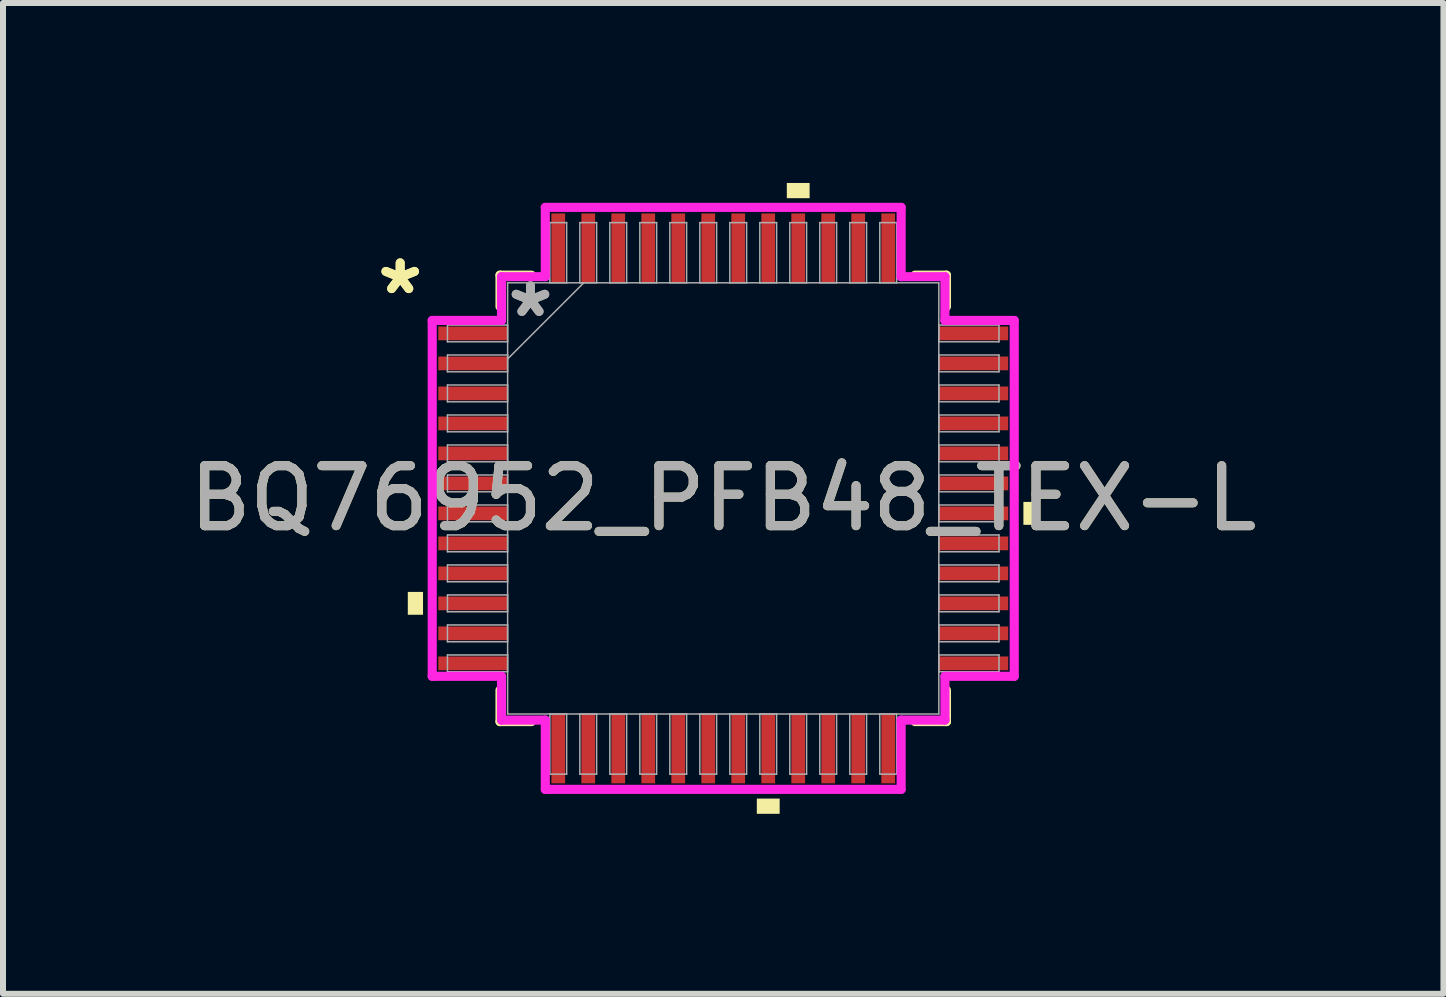
<source format=kicad_pcb>
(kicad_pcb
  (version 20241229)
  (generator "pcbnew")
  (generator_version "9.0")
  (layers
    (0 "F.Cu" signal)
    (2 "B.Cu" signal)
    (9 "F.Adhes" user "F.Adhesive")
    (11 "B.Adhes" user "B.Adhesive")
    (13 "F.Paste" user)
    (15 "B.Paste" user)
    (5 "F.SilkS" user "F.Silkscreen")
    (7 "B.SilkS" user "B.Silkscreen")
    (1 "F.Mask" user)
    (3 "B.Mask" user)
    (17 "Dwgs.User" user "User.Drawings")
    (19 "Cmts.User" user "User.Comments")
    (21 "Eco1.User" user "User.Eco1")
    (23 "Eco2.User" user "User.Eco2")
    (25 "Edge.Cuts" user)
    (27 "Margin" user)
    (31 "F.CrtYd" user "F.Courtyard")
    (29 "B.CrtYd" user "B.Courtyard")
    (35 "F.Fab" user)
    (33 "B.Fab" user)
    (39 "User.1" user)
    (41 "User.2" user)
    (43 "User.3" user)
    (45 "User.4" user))
  (footprint "BQ76952_PFB48_TEX-L"
    (layer "F.Cu")
    (at 9.006 5.258)
    (property "Reference" "BQ76952_PFB48_TEX-L" (at 0 0 0) (unlocked yes) (layer "F.SilkS") (effects (font (size 1 1) (thickness 0.15))))
    (attr smd)
    (fp_line (start -3.721 -3.721) (end -3.721 -3.197) (stroke (width 0.152) (type solid)) (layer "F.SilkS"))
    (fp_line (start -3.721 3.197) (end -3.721 3.721) (stroke (width 0.152) (type solid)) (layer "F.SilkS"))
    (fp_line (start -3.721 3.721) (end -3.197 3.721) (stroke (width 0.152) (type solid)) (layer "F.SilkS"))
    (fp_line (start -3.197 -3.721) (end -3.721 -3.721) (stroke (width 0.152) (type solid)) (layer "F.SilkS"))
    (fp_line (start 3.197 3.721) (end 3.721 3.721) (stroke (width 0.152) (type solid)) (layer "F.SilkS"))
    (fp_line (start 3.721 -3.721) (end 3.197 -3.721) (stroke (width 0.152) (type solid)) (layer "F.SilkS"))
    (fp_line (start 3.721 -3.197) (end 3.721 -3.721) (stroke (width 0.152) (type solid)) (layer "F.SilkS"))
    (fp_line (start 3.721 3.721) (end 3.721 3.197) (stroke (width 0.152) (type solid)) (layer "F.SilkS"))
    (fp_poly (pts (xy -5.258 1.559) (xy -5.258 1.94) (xy -5.004 1.94) (xy -5.004 1.559)) (stroke (width 0) (type solid)) (fill yes) (layer "F.SilkS"))
    (fp_poly (pts (xy 0.56 5.004) (xy 0.56 5.258) (xy 0.941 5.258) (xy 0.941 5.004)) (stroke (width 0) (type solid)) (fill yes) (layer "F.SilkS"))
    (fp_poly (pts (xy 1.06 -5.004) (xy 1.06 -5.258) (xy 1.44 -5.258) (xy 1.44 -5.004)) (stroke (width 0) (type solid)) (fill yes) (layer "F.SilkS"))
    (fp_poly (pts (xy 5.258 0.059) (xy 5.258 0.441) (xy 5.004 0.441) (xy 5.004 0.059)) (stroke (width 0) (type solid)) (fill yes) (layer "F.SilkS"))
    (fp_line (start -4.851 -2.966) (end -3.696 -2.966) (stroke (width 0.152) (type solid)) (layer "F.CrtYd"))
    (fp_line (start -4.851 2.966) (end -4.851 -2.966) (stroke (width 0.152) (type solid)) (layer "F.CrtYd"))
    (fp_line (start -3.696 -3.696) (end -2.966 -3.696) (stroke (width 0.152) (type solid)) (layer "F.CrtYd"))
    (fp_line (start -3.696 -2.966) (end -3.696 -3.696) (stroke (width 0.152) (type solid)) (layer "F.CrtYd"))
    (fp_line (start -3.696 2.966) (end -4.851 2.966) (stroke (width 0.152) (type solid)) (layer "F.CrtYd"))
    (fp_line (start -3.696 3.696) (end -3.696 2.966) (stroke (width 0.152) (type solid)) (layer "F.CrtYd"))
    (fp_line (start -3.696 3.696) (end -2.966 3.696) (stroke (width 0.152) (type solid)) (layer "F.CrtYd"))
    (fp_line (start -2.966 -4.851) (end 2.966 -4.851) (stroke (width 0.152) (type solid)) (layer "F.CrtYd"))
    (fp_line (start -2.966 -3.696) (end -2.966 -4.851) (stroke (width 0.152) (type solid)) (layer "F.CrtYd"))
    (fp_line (start -2.966 3.696) (end -2.966 4.851) (stroke (width 0.152) (type solid)) (layer "F.CrtYd"))
    (fp_line (start -2.966 4.851) (end 2.966 4.851) (stroke (width 0.152) (type solid)) (layer "F.CrtYd"))
    (fp_line (start 2.966 -4.851) (end 2.966 -3.696) (stroke (width 0.152) (type solid)) (layer "F.CrtYd"))
    (fp_line (start 2.966 -3.696) (end 3.696 -3.696) (stroke (width 0.152) (type solid)) (layer "F.CrtYd"))
    (fp_line (start 2.966 3.696) (end 3.696 3.696) (stroke (width 0.152) (type solid)) (layer "F.CrtYd"))
    (fp_line (start 2.966 4.851) (end 2.966 3.696) (stroke (width 0.152) (type solid)) (layer "F.CrtYd"))
    (fp_line (start 3.696 -2.966) (end 3.696 -3.696) (stroke (width 0.152) (type solid)) (layer "F.CrtYd"))
    (fp_line (start 3.696 2.966) (end 4.851 2.966) (stroke (width 0.152) (type solid)) (layer "F.CrtYd"))
    (fp_line (start 3.696 3.696) (end 3.696 2.966) (stroke (width 0.152) (type solid)) (layer "F.CrtYd"))
    (fp_line (start 4.851 -2.966) (end 3.696 -2.966) (stroke (width 0.152) (type solid)) (layer "F.CrtYd"))
    (fp_line (start 4.851 2.966) (end 4.851 -2.966) (stroke (width 0.152) (type solid)) (layer "F.CrtYd"))
    (fp_line (start -4.597 -2.89) (end -4.597 -2.61) (stroke (width 0.025) (type solid)) (layer "F.Fab"))
    (fp_line (start -4.597 -2.61) (end -3.594 -2.61) (stroke (width 0.025) (type solid)) (layer "F.Fab"))
    (fp_line (start -4.597 -2.39) (end -4.597 -2.11) (stroke (width 0.025) (type solid)) (layer "F.Fab"))
    (fp_line (start -4.597 -2.11) (end -3.594 -2.11) (stroke (width 0.025) (type solid)) (layer "F.Fab"))
    (fp_line (start -4.597 -1.89) (end -4.597 -1.61) (stroke (width 0.025) (type solid)) (layer "F.Fab"))
    (fp_line (start -4.597 -1.61) (end -3.594 -1.61) (stroke (width 0.025) (type solid)) (layer "F.Fab"))
    (fp_line (start -4.597 -1.39) (end -4.597 -1.11) (stroke (width 0.025) (type solid)) (layer "F.Fab"))
    (fp_line (start -4.597 -1.11) (end -3.594 -1.11) (stroke (width 0.025) (type solid)) (layer "F.Fab"))
    (fp_line (start -4.597 -0.89) (end -4.597 -0.61) (stroke (width 0.025) (type solid)) (layer "F.Fab"))
    (fp_line (start -4.597 -0.61) (end -3.594 -0.61) (stroke (width 0.025) (type solid)) (layer "F.Fab"))
    (fp_line (start -4.597 -0.39) (end -4.597 -0.11) (stroke (width 0.025) (type solid)) (layer "F.Fab"))
    (fp_line (start -4.597 -0.11) (end -3.594 -0.11) (stroke (width 0.025) (type solid)) (layer "F.Fab"))
    (fp_line (start -4.597 0.11) (end -4.597 0.39) (stroke (width 0.025) (type solid)) (layer "F.Fab"))
    (fp_line (start -4.597 0.39) (end -3.594 0.39) (stroke (width 0.025) (type solid)) (layer "F.Fab"))
    (fp_line (start -4.597 0.61) (end -4.597 0.89) (stroke (width 0.025) (type solid)) (layer "F.Fab"))
    (fp_line (start -4.597 0.89) (end -3.594 0.89) (stroke (width 0.025) (type solid)) (layer "F.Fab"))
    (fp_line (start -4.597 1.11) (end -4.597 1.39) (stroke (width 0.025) (type solid)) (layer "F.Fab"))
    (fp_line (start -4.597 1.39) (end -3.594 1.39) (stroke (width 0.025) (type solid)) (layer "F.Fab"))
    (fp_line (start -4.597 1.61) (end -4.597 1.89) (stroke (width 0.025) (type solid)) (layer "F.Fab"))
    (fp_line (start -4.597 1.89) (end -3.594 1.89) (stroke (width 0.025) (type solid)) (layer "F.Fab"))
    (fp_line (start -4.597 2.11) (end -4.597 2.39) (stroke (width 0.025) (type solid)) (layer "F.Fab"))
    (fp_line (start -4.597 2.39) (end -3.594 2.39) (stroke (width 0.025) (type solid)) (layer "F.Fab"))
    (fp_line (start -4.597 2.61) (end -4.597 2.89) (stroke (width 0.025) (type solid)) (layer "F.Fab"))
    (fp_line (start -4.597 2.89) (end -3.594 2.89) (stroke (width 0.025) (type solid)) (layer "F.Fab"))
    (fp_line (start -3.594 -3.594) (end -3.594 3.594) (stroke (width 0.025) (type solid)) (layer "F.Fab"))
    (fp_line (start -3.594 -2.89) (end -4.597 -2.89) (stroke (width 0.025) (type solid)) (layer "F.Fab"))
    (fp_line (start -3.594 -2.61) (end -3.594 -2.89) (stroke (width 0.025) (type solid)) (layer "F.Fab"))
    (fp_line (start -3.594 -2.39) (end -4.597 -2.39) (stroke (width 0.025) (type solid)) (layer "F.Fab"))
    (fp_line (start -3.594 -2.324) (end -2.324 -3.594) (stroke (width 0.025) (type solid)) (layer "F.Fab"))
    (fp_line (start -3.594 -2.11) (end -3.594 -2.39) (stroke (width 0.025) (type solid)) (layer "F.Fab"))
    (fp_line (start -3.594 -1.89) (end -4.597 -1.89) (stroke (width 0.025) (type solid)) (layer "F.Fab"))
    (fp_line (start -3.594 -1.61) (end -3.594 -1.89) (stroke (width 0.025) (type solid)) (layer "F.Fab"))
    (fp_line (start -3.594 -1.39) (end -4.597 -1.39) (stroke (width 0.025) (type solid)) (layer "F.Fab"))
    (fp_line (start -3.594 -1.11) (end -3.594 -1.39) (stroke (width 0.025) (type solid)) (layer "F.Fab"))
    (fp_line (start -3.594 -0.89) (end -4.597 -0.89) (stroke (width 0.025) (type solid)) (layer "F.Fab"))
    (fp_line (start -3.594 -0.61) (end -3.594 -0.89) (stroke (width 0.025) (type solid)) (layer "F.Fab"))
    (fp_line (start -3.594 -0.39) (end -4.597 -0.39) (stroke (width 0.025) (type solid)) (layer "F.Fab"))
    (fp_line (start -3.594 -0.11) (end -3.594 -0.39) (stroke (width 0.025) (type solid)) (layer "F.Fab"))
    (fp_line (start -3.594 0.11) (end -4.597 0.11) (stroke (width 0.025) (type solid)) (layer "F.Fab"))
    (fp_line (start -3.594 0.39) (end -3.594 0.11) (stroke (width 0.025) (type solid)) (layer "F.Fab"))
    (fp_line (start -3.594 0.61) (end -4.597 0.61) (stroke (width 0.025) (type solid)) (layer "F.Fab"))
    (fp_line (start -3.594 0.89) (end -3.594 0.61) (stroke (width 0.025) (type solid)) (layer "F.Fab"))
    (fp_line (start -3.594 1.11) (end -4.597 1.11) (stroke (width 0.025) (type solid)) (layer "F.Fab"))
    (fp_line (start -3.594 1.39) (end -3.594 1.11) (stroke (width 0.025) (type solid)) (layer "F.Fab"))
    (fp_line (start -3.594 1.61) (end -4.597 1.61) (stroke (width 0.025) (type solid)) (layer "F.Fab"))
    (fp_line (start -3.594 1.89) (end -3.594 1.61) (stroke (width 0.025) (type solid)) (layer "F.Fab"))
    (fp_line (start -3.594 2.11) (end -4.597 2.11) (stroke (width 0.025) (type solid)) (layer "F.Fab"))
    (fp_line (start -3.594 2.39) (end -3.594 2.11) (stroke (width 0.025) (type solid)) (layer "F.Fab"))
    (fp_line (start -3.594 2.61) (end -4.597 2.61) (stroke (width 0.025) (type solid)) (layer "F.Fab"))
    (fp_line (start -3.594 2.89) (end -3.594 2.61) (stroke (width 0.025) (type solid)) (layer "F.Fab"))
    (fp_line (start -3.594 3.594) (end 3.594 3.594) (stroke (width 0.025) (type solid)) (layer "F.Fab"))
    (fp_line (start -2.89 -4.597) (end -2.89 -3.594) (stroke (width 0.025) (type solid)) (layer "F.Fab"))
    (fp_line (start -2.89 -3.594) (end -2.61 -3.594) (stroke (width 0.025) (type solid)) (layer "F.Fab"))
    (fp_line (start -2.89 3.594) (end -2.89 4.597) (stroke (width 0.025) (type solid)) (layer "F.Fab"))
    (fp_line (start -2.89 4.597) (end -2.61 4.597) (stroke (width 0.025) (type solid)) (layer "F.Fab"))
    (fp_line (start -2.61 -4.597) (end -2.89 -4.597) (stroke (width 0.025) (type solid)) (layer "F.Fab"))
    (fp_line (start -2.61 -3.594) (end -2.61 -4.597) (stroke (width 0.025) (type solid)) (layer "F.Fab"))
    (fp_line (start -2.61 3.594) (end -2.89 3.594) (stroke (width 0.025) (type solid)) (layer "F.Fab"))
    (fp_line (start -2.61 4.597) (end -2.61 3.594) (stroke (width 0.025) (type solid)) (layer "F.Fab"))
    (fp_line (start -2.39 -4.597) (end -2.39 -3.594) (stroke (width 0.025) (type solid)) (layer "F.Fab"))
    (fp_line (start -2.39 -3.594) (end -2.11 -3.594) (stroke (width 0.025) (type solid)) (layer "F.Fab"))
    (fp_line (start -2.39 3.594) (end -2.39 4.597) (stroke (width 0.025) (type solid)) (layer "F.Fab"))
    (fp_line (start -2.39 4.597) (end -2.11 4.597) (stroke (width 0.025) (type solid)) (layer "F.Fab"))
    (fp_line (start -2.11 -4.597) (end -2.39 -4.597) (stroke (width 0.025) (type solid)) (layer "F.Fab"))
    (fp_line (start -2.11 -3.594) (end -2.11 -4.597) (stroke (width 0.025) (type solid)) (layer "F.Fab"))
    (fp_line (start -2.11 3.594) (end -2.39 3.594) (stroke (width 0.025) (type solid)) (layer "F.Fab"))
    (fp_line (start -2.11 4.597) (end -2.11 3.594) (stroke (width 0.025) (type solid)) (layer "F.Fab"))
    (fp_line (start -1.89 -4.597) (end -1.89 -3.594) (stroke (width 0.025) (type solid)) (layer "F.Fab"))
    (fp_line (start -1.89 -3.594) (end -1.61 -3.594) (stroke (width 0.025) (type solid)) (layer "F.Fab"))
    (fp_line (start -1.89 3.594) (end -1.89 4.597) (stroke (width 0.025) (type solid)) (layer "F.Fab"))
    (fp_line (start -1.89 4.597) (end -1.61 4.597) (stroke (width 0.025) (type solid)) (layer "F.Fab"))
    (fp_line (start -1.61 -4.597) (end -1.89 -4.597) (stroke (width 0.025) (type solid)) (layer "F.Fab"))
    (fp_line (start -1.61 -3.594) (end -1.61 -4.597) (stroke (width 0.025) (type solid)) (layer "F.Fab"))
    (fp_line (start -1.61 3.594) (end -1.89 3.594) (stroke (width 0.025) (type solid)) (layer "F.Fab"))
    (fp_line (start -1.61 4.597) (end -1.61 3.594) (stroke (width 0.025) (type solid)) (layer "F.Fab"))
    (fp_line (start -1.39 -4.597) (end -1.39 -3.594) (stroke (width 0.025) (type solid)) (layer "F.Fab"))
    (fp_line (start -1.39 -3.594) (end -1.11 -3.594) (stroke (width 0.025) (type solid)) (layer "F.Fab"))
    (fp_line (start -1.39 3.594) (end -1.39 4.597) (stroke (width 0.025) (type solid)) (layer "F.Fab"))
    (fp_line (start -1.39 4.597) (end -1.11 4.597) (stroke (width 0.025) (type solid)) (layer "F.Fab"))
    (fp_line (start -1.11 -4.597) (end -1.39 -4.597) (stroke (width 0.025) (type solid)) (layer "F.Fab"))
    (fp_line (start -1.11 -3.594) (end -1.11 -4.597) (stroke (width 0.025) (type solid)) (layer "F.Fab"))
    (fp_line (start -1.11 3.594) (end -1.39 3.594) (stroke (width 0.025) (type solid)) (layer "F.Fab"))
    (fp_line (start -1.11 4.597) (end -1.11 3.594) (stroke (width 0.025) (type solid)) (layer "F.Fab"))
    (fp_line (start -0.89 -4.597) (end -0.89 -3.594) (stroke (width 0.025) (type solid)) (layer "F.Fab"))
    (fp_line (start -0.89 -3.594) (end -0.61 -3.594) (stroke (width 0.025) (type solid)) (layer "F.Fab"))
    (fp_line (start -0.89 3.594) (end -0.89 4.597) (stroke (width 0.025) (type solid)) (layer "F.Fab"))
    (fp_line (start -0.89 4.597) (end -0.61 4.597) (stroke (width 0.025) (type solid)) (layer "F.Fab"))
    (fp_line (start -0.61 -4.597) (end -0.89 -4.597) (stroke (width 0.025) (type solid)) (layer "F.Fab"))
    (fp_line (start -0.61 -3.594) (end -0.61 -4.597) (stroke (width 0.025) (type solid)) (layer "F.Fab"))
    (fp_line (start -0.61 3.594) (end -0.89 3.594) (stroke (width 0.025) (type solid)) (layer "F.Fab"))
    (fp_line (start -0.61 4.597) (end -0.61 3.594) (stroke (width 0.025) (type solid)) (layer "F.Fab"))
    (fp_line (start -0.39 -4.597) (end -0.39 -3.594) (stroke (width 0.025) (type solid)) (layer "F.Fab"))
    (fp_line (start -0.39 -3.594) (end -0.11 -3.594) (stroke (width 0.025) (type solid)) (layer "F.Fab"))
    (fp_line (start -0.39 3.594) (end -0.39 4.597) (stroke (width 0.025) (type solid)) (layer "F.Fab"))
    (fp_line (start -0.39 4.597) (end -0.11 4.597) (stroke (width 0.025) (type solid)) (layer "F.Fab"))
    (fp_line (start -0.11 -4.597) (end -0.39 -4.597) (stroke (width 0.025) (type solid)) (layer "F.Fab"))
    (fp_line (start -0.11 -3.594) (end -0.11 -4.597) (stroke (width 0.025) (type solid)) (layer "F.Fab"))
    (fp_line (start -0.11 3.594) (end -0.39 3.594) (stroke (width 0.025) (type solid)) (layer "F.Fab"))
    (fp_line (start -0.11 4.597) (end -0.11 3.594) (stroke (width 0.025) (type solid)) (layer "F.Fab"))
    (fp_line (start 0.11 -4.597) (end 0.11 -3.594) (stroke (width 0.025) (type solid)) (layer "F.Fab"))
    (fp_line (start 0.11 -3.594) (end 0.39 -3.594) (stroke (width 0.025) (type solid)) (layer "F.Fab"))
    (fp_line (start 0.11 3.594) (end 0.11 4.597) (stroke (width 0.025) (type solid)) (layer "F.Fab"))
    (fp_line (start 0.11 4.597) (end 0.39 4.597) (stroke (width 0.025) (type solid)) (layer "F.Fab"))
    (fp_line (start 0.39 -4.597) (end 0.11 -4.597) (stroke (width 0.025) (type solid)) (layer "F.Fab"))
    (fp_line (start 0.39 -3.594) (end 0.39 -4.597) (stroke (width 0.025) (type solid)) (layer "F.Fab"))
    (fp_line (start 0.39 3.594) (end 0.11 3.594) (stroke (width 0.025) (type solid)) (layer "F.Fab"))
    (fp_line (start 0.39 4.597) (end 0.39 3.594) (stroke (width 0.025) (type solid)) (layer "F.Fab"))
    (fp_line (start 0.61 -4.597) (end 0.61 -3.594) (stroke (width 0.025) (type solid)) (layer "F.Fab"))
    (fp_line (start 0.61 -3.594) (end 0.89 -3.594) (stroke (width 0.025) (type solid)) (layer "F.Fab"))
    (fp_line (start 0.61 3.594) (end 0.61 4.597) (stroke (width 0.025) (type solid)) (layer "F.Fab"))
    (fp_line (start 0.61 4.597) (end 0.89 4.597) (stroke (width 0.025) (type solid)) (layer "F.Fab"))
    (fp_line (start 0.89 -4.597) (end 0.61 -4.597) (stroke (width 0.025) (type solid)) (layer "F.Fab"))
    (fp_line (start 0.89 -3.594) (end 0.89 -4.597) (stroke (width 0.025) (type solid)) (layer "F.Fab"))
    (fp_line (start 0.89 3.594) (end 0.61 3.594) (stroke (width 0.025) (type solid)) (layer "F.Fab"))
    (fp_line (start 0.89 4.597) (end 0.89 3.594) (stroke (width 0.025) (type solid)) (layer "F.Fab"))
    (fp_line (start 1.11 -4.597) (end 1.11 -3.594) (stroke (width 0.025) (type solid)) (layer "F.Fab"))
    (fp_line (start 1.11 -3.594) (end 1.39 -3.594) (stroke (width 0.025) (type solid)) (layer "F.Fab"))
    (fp_line (start 1.11 3.594) (end 1.11 4.597) (stroke (width 0.025) (type solid)) (layer "F.Fab"))
    (fp_line (start 1.11 4.597) (end 1.39 4.597) (stroke (width 0.025) (type solid)) (layer "F.Fab"))
    (fp_line (start 1.39 -4.597) (end 1.11 -4.597) (stroke (width 0.025) (type solid)) (layer "F.Fab"))
    (fp_line (start 1.39 -3.594) (end 1.39 -4.597) (stroke (width 0.025) (type solid)) (layer "F.Fab"))
    (fp_line (start 1.39 3.594) (end 1.11 3.594) (stroke (width 0.025) (type solid)) (layer "F.Fab"))
    (fp_line (start 1.39 4.597) (end 1.39 3.594) (stroke (width 0.025) (type solid)) (layer "F.Fab"))
    (fp_line (start 1.61 -4.597) (end 1.61 -3.594) (stroke (width 0.025) (type solid)) (layer "F.Fab"))
    (fp_line (start 1.61 -3.594) (end 1.89 -3.594) (stroke (width 0.025) (type solid)) (layer "F.Fab"))
    (fp_line (start 1.61 3.594) (end 1.61 4.597) (stroke (width 0.025) (type solid)) (layer "F.Fab"))
    (fp_line (start 1.61 4.597) (end 1.89 4.597) (stroke (width 0.025) (type solid)) (layer "F.Fab"))
    (fp_line (start 1.89 -4.597) (end 1.61 -4.597) (stroke (width 0.025) (type solid)) (layer "F.Fab"))
    (fp_line (start 1.89 -3.594) (end 1.89 -4.597) (stroke (width 0.025) (type solid)) (layer "F.Fab"))
    (fp_line (start 1.89 3.594) (end 1.61 3.594) (stroke (width 0.025) (type solid)) (layer "F.Fab"))
    (fp_line (start 1.89 4.597) (end 1.89 3.594) (stroke (width 0.025) (type solid)) (layer "F.Fab"))
    (fp_line (start 2.11 -4.597) (end 2.11 -3.594) (stroke (width 0.025) (type solid)) (layer "F.Fab"))
    (fp_line (start 2.11 -3.594) (end 2.39 -3.594) (stroke (width 0.025) (type solid)) (layer "F.Fab"))
    (fp_line (start 2.11 3.594) (end 2.11 4.597) (stroke (width 0.025) (type solid)) (layer "F.Fab"))
    (fp_line (start 2.11 4.597) (end 2.39 4.597) (stroke (width 0.025) (type solid)) (layer "F.Fab"))
    (fp_line (start 2.39 -4.597) (end 2.11 -4.597) (stroke (width 0.025) (type solid)) (layer "F.Fab"))
    (fp_line (start 2.39 -3.594) (end 2.39 -4.597) (stroke (width 0.025) (type solid)) (layer "F.Fab"))
    (fp_line (start 2.39 3.594) (end 2.11 3.594) (stroke (width 0.025) (type solid)) (layer "F.Fab"))
    (fp_line (start 2.39 4.597) (end 2.39 3.594) (stroke (width 0.025) (type solid)) (layer "F.Fab"))
    (fp_line (start 2.61 -4.597) (end 2.61 -3.594) (stroke (width 0.025) (type solid)) (layer "F.Fab"))
    (fp_line (start 2.61 -3.594) (end 2.89 -3.594) (stroke (width 0.025) (type solid)) (layer "F.Fab"))
    (fp_line (start 2.61 3.594) (end 2.61 4.597) (stroke (width 0.025) (type solid)) (layer "F.Fab"))
    (fp_line (start 2.61 4.597) (end 2.89 4.597) (stroke (width 0.025) (type solid)) (layer "F.Fab"))
    (fp_line (start 2.89 -4.597) (end 2.61 -4.597) (stroke (width 0.025) (type solid)) (layer "F.Fab"))
    (fp_line (start 2.89 -3.594) (end 2.89 -4.597) (stroke (width 0.025) (type solid)) (layer "F.Fab"))
    (fp_line (start 2.89 3.594) (end 2.61 3.594) (stroke (width 0.025) (type solid)) (layer "F.Fab"))
    (fp_line (start 2.89 4.597) (end 2.89 3.594) (stroke (width 0.025) (type solid)) (layer "F.Fab"))
    (fp_line (start 3.594 -3.594) (end -3.594 -3.594) (stroke (width 0.025) (type solid)) (layer "F.Fab"))
    (fp_line (start 3.594 -2.89) (end 3.594 -2.61) (stroke (width 0.025) (type solid)) (layer "F.Fab"))
    (fp_line (start 3.594 -2.61) (end 4.597 -2.61) (stroke (width 0.025) (type solid)) (layer "F.Fab"))
    (fp_line (start 3.594 -2.39) (end 3.594 -2.11) (stroke (width 0.025) (type solid)) (layer "F.Fab"))
    (fp_line (start 3.594 -2.11) (end 4.597 -2.11) (stroke (width 0.025) (type solid)) (layer "F.Fab"))
    (fp_line (start 3.594 -1.89) (end 3.594 -1.61) (stroke (width 0.025) (type solid)) (layer "F.Fab"))
    (fp_line (start 3.594 -1.61) (end 4.597 -1.61) (stroke (width 0.025) (type solid)) (layer "F.Fab"))
    (fp_line (start 3.594 -1.39) (end 3.594 -1.11) (stroke (width 0.025) (type solid)) (layer "F.Fab"))
    (fp_line (start 3.594 -1.11) (end 4.597 -1.11) (stroke (width 0.025) (type solid)) (layer "F.Fab"))
    (fp_line (start 3.594 -0.89) (end 3.594 -0.61) (stroke (width 0.025) (type solid)) (layer "F.Fab"))
    (fp_line (start 3.594 -0.61) (end 4.597 -0.61) (stroke (width 0.025) (type solid)) (layer "F.Fab"))
    (fp_line (start 3.594 -0.39) (end 3.594 -0.11) (stroke (width 0.025) (type solid)) (layer "F.Fab"))
    (fp_line (start 3.594 -0.11) (end 4.597 -0.11) (stroke (width 0.025) (type solid)) (layer "F.Fab"))
    (fp_line (start 3.594 0.11) (end 3.594 0.39) (stroke (width 0.025) (type solid)) (layer "F.Fab"))
    (fp_line (start 3.594 0.39) (end 4.597 0.39) (stroke (width 0.025) (type solid)) (layer "F.Fab"))
    (fp_line (start 3.594 0.61) (end 3.594 0.89) (stroke (width 0.025) (type solid)) (layer "F.Fab"))
    (fp_line (start 3.594 0.89) (end 4.597 0.89) (stroke (width 0.025) (type solid)) (layer "F.Fab"))
    (fp_line (start 3.594 1.11) (end 3.594 1.39) (stroke (width 0.025) (type solid)) (layer "F.Fab"))
    (fp_line (start 3.594 1.39) (end 4.597 1.39) (stroke (width 0.025) (type solid)) (layer "F.Fab"))
    (fp_line (start 3.594 1.61) (end 3.594 1.89) (stroke (width 0.025) (type solid)) (layer "F.Fab"))
    (fp_line (start 3.594 1.89) (end 4.597 1.89) (stroke (width 0.025) (type solid)) (layer "F.Fab"))
    (fp_line (start 3.594 2.11) (end 3.594 2.39) (stroke (width 0.025) (type solid)) (layer "F.Fab"))
    (fp_line (start 3.594 2.39) (end 4.597 2.39) (stroke (width 0.025) (type solid)) (layer "F.Fab"))
    (fp_line (start 3.594 2.61) (end 3.594 2.89) (stroke (width 0.025) (type solid)) (layer "F.Fab"))
    (fp_line (start 3.594 2.89) (end 4.597 2.89) (stroke (width 0.025) (type solid)) (layer "F.Fab"))
    (fp_line (start 3.594 3.594) (end 3.594 -3.594) (stroke (width 0.025) (type solid)) (layer "F.Fab"))
    (fp_line (start 4.597 -2.89) (end 3.594 -2.89) (stroke (width 0.025) (type solid)) (layer "F.Fab"))
    (fp_line (start 4.597 -2.61) (end 4.597 -2.89) (stroke (width 0.025) (type solid)) (layer "F.Fab"))
    (fp_line (start 4.597 -2.39) (end 3.594 -2.39) (stroke (width 0.025) (type solid)) (layer "F.Fab"))
    (fp_line (start 4.597 -2.11) (end 4.597 -2.39) (stroke (width 0.025) (type solid)) (layer "F.Fab"))
    (fp_line (start 4.597 -1.89) (end 3.594 -1.89) (stroke (width 0.025) (type solid)) (layer "F.Fab"))
    (fp_line (start 4.597 -1.61) (end 4.597 -1.89) (stroke (width 0.025) (type solid)) (layer "F.Fab"))
    (fp_line (start 4.597 -1.39) (end 3.594 -1.39) (stroke (width 0.025) (type solid)) (layer "F.Fab"))
    (fp_line (start 4.597 -1.11) (end 4.597 -1.39) (stroke (width 0.025) (type solid)) (layer "F.Fab"))
    (fp_line (start 4.597 -0.89) (end 3.594 -0.89) (stroke (width 0.025) (type solid)) (layer "F.Fab"))
    (fp_line (start 4.597 -0.61) (end 4.597 -0.89) (stroke (width 0.025) (type solid)) (layer "F.Fab"))
    (fp_line (start 4.597 -0.39) (end 3.594 -0.39) (stroke (width 0.025) (type solid)) (layer "F.Fab"))
    (fp_line (start 4.597 -0.11) (end 4.597 -0.39) (stroke (width 0.025) (type solid)) (layer "F.Fab"))
    (fp_line (start 4.597 0.11) (end 3.594 0.11) (stroke (width 0.025) (type solid)) (layer "F.Fab"))
    (fp_line (start 4.597 0.39) (end 4.597 0.11) (stroke (width 0.025) (type solid)) (layer "F.Fab"))
    (fp_line (start 4.597 0.61) (end 3.594 0.61) (stroke (width 0.025) (type solid)) (layer "F.Fab"))
    (fp_line (start 4.597 0.89) (end 4.597 0.61) (stroke (width 0.025) (type solid)) (layer "F.Fab"))
    (fp_line (start 4.597 1.11) (end 3.594 1.11) (stroke (width 0.025) (type solid)) (layer "F.Fab"))
    (fp_line (start 4.597 1.39) (end 4.597 1.11) (stroke (width 0.025) (type solid)) (layer "F.Fab"))
    (fp_line (start 4.597 1.61) (end 3.594 1.61) (stroke (width 0.025) (type solid)) (layer "F.Fab"))
    (fp_line (start 4.597 1.89) (end 4.597 1.61) (stroke (width 0.025) (type solid)) (layer "F.Fab"))
    (fp_line (start 4.597 2.11) (end 3.594 2.11) (stroke (width 0.025) (type solid)) (layer "F.Fab"))
    (fp_line (start 4.597 2.39) (end 4.597 2.11) (stroke (width 0.025) (type solid)) (layer "F.Fab"))
    (fp_line (start 4.597 2.61) (end 3.594 2.61) (stroke (width 0.025) (type solid)) (layer "F.Fab"))
    (fp_line (start 4.597 2.89) (end 4.597 2.61) (stroke (width 0.025) (type solid)) (layer "F.Fab"))
    (fp_text user "*" (at -5.385 -3.381 0) (layer "F.SilkS") (effects (font (size 1 1) (thickness 0.15))))
    (fp_text user "*" (at -5.385 -3.381 0) (unlocked yes) (layer "F.SilkS") (effects (font (size 1 1) (thickness 0.15))))
    (fp_text user "*" (at -3.213 -3 0) (layer "F.Fab") (effects (font (size 1 1) (thickness 0.15))))
    (fp_text user "*" (at -3.213 -3 0) (unlocked yes) (layer "F.Fab") (effects (font (size 1 1) (thickness 0.15))))
    (fp_text user "${REFERENCE}" (at 0 0 0) (unlocked yes) (layer "F.Fab") (effects (font (size 1 1) (thickness 0.15))))
    (pad "1" smd rect (at -4.172 -2.75 90) (size 0.229 1.156) (layers "F.Cu" "F.Mask" "F.Paste"))
    (pad "2" smd rect (at -4.172 -2.25 90) (size 0.229 1.156) (layers "F.Cu" "F.Mask" "F.Paste"))
    (pad "3" smd rect (at -4.172 -1.75 90) (size 0.229 1.156) (layers "F.Cu" "F.Mask" "F.Paste"))
    (pad "4" smd rect (at -4.172 -1.25 90) (size 0.229 1.156) (layers "F.Cu" "F.Mask" "F.Paste"))
    (pad "5" smd rect (at -4.172 -0.75 90) (size 0.229 1.156) (layers "F.Cu" "F.Mask" "F.Paste"))
    (pad "6" smd rect (at -4.172 -0.25 90) (size 0.229 1.156) (layers "F.Cu" "F.Mask" "F.Paste"))
    (pad "7" smd rect (at -4.172 0.25 90) (size 0.229 1.156) (layers "F.Cu" "F.Mask" "F.Paste"))
    (pad "8" smd rect (at -4.172 0.75 90) (size 0.229 1.156) (layers "F.Cu" "F.Mask" "F.Paste"))
    (pad "9" smd rect (at -4.172 1.25 90) (size 0.229 1.156) (layers "F.Cu" "F.Mask" "F.Paste"))
    (pad "10" smd rect (at -4.172 1.75 90) (size 0.229 1.156) (layers "F.Cu" "F.Mask" "F.Paste"))
    (pad "11" smd rect (at -4.172 2.25 90) (size 0.229 1.156) (layers "F.Cu" "F.Mask" "F.Paste"))
    (pad "12" smd rect (at -4.172 2.75 90) (size 0.229 1.156) (layers "F.Cu" "F.Mask" "F.Paste"))
    (pad "13" smd rect (at -2.75 4.172) (size 0.229 1.156) (layers "F.Cu" "F.Mask" "F.Paste"))
    (pad "14" smd rect (at -2.25 4.172) (size 0.229 1.156) (layers "F.Cu" "F.Mask" "F.Paste"))
    (pad "15" smd rect (at -1.75 4.172) (size 0.229 1.156) (layers "F.Cu" "F.Mask" "F.Paste"))
    (pad "16" smd rect (at -1.25 4.172) (size 0.229 1.156) (layers "F.Cu" "F.Mask" "F.Paste"))
    (pad "17" smd rect (at -0.75 4.172) (size 0.229 1.156) (layers "F.Cu" "F.Mask" "F.Paste"))
    (pad "18" smd rect (at -0.25 4.172) (size 0.229 1.156) (layers "F.Cu" "F.Mask" "F.Paste"))
    (pad "19" smd rect (at 0.25 4.172) (size 0.229 1.156) (layers "F.Cu" "F.Mask" "F.Paste"))
    (pad "20" smd rect (at 0.75 4.172) (size 0.229 1.156) (layers "F.Cu" "F.Mask" "F.Paste"))
    (pad "21" smd rect (at 1.25 4.172) (size 0.229 1.156) (layers "F.Cu" "F.Mask" "F.Paste"))
    (pad "22" smd rect (at 1.75 4.172) (size 0.229 1.156) (layers "F.Cu" "F.Mask" "F.Paste"))
    (pad "23" smd rect (at 2.25 4.172) (size 0.229 1.156) (layers "F.Cu" "F.Mask" "F.Paste"))
    (pad "24" smd rect (at 2.75 4.172) (size 0.229 1.156) (layers "F.Cu" "F.Mask" "F.Paste"))
    (pad "25" smd rect (at 4.172 2.75 90) (size 0.229 1.156) (layers "F.Cu" "F.Mask" "F.Paste"))
    (pad "26" smd rect (at 4.172 2.25 90) (size 0.229 1.156) (layers "F.Cu" "F.Mask" "F.Paste"))
    (pad "27" smd rect (at 4.172 1.75 90) (size 0.229 1.156) (layers "F.Cu" "F.Mask" "F.Paste"))
    (pad "28" smd rect (at 4.172 1.25 90) (size 0.229 1.156) (layers "F.Cu" "F.Mask" "F.Paste"))
    (pad "29" smd rect (at 4.172 0.75 90) (size 0.229 1.156) (layers "F.Cu" "F.Mask" "F.Paste"))
    (pad "30" smd rect (at 4.172 0.25 90) (size 0.229 1.156) (layers "F.Cu" "F.Mask" "F.Paste"))
    (pad "31" smd rect (at 4.172 -0.25 90) (size 0.229 1.156) (layers "F.Cu" "F.Mask" "F.Paste"))
    (pad "32" smd rect (at 4.172 -0.75 90) (size 0.229 1.156) (layers "F.Cu" "F.Mask" "F.Paste"))
    (pad "33" smd rect (at 4.172 -1.25 90) (size 0.229 1.156) (layers "F.Cu" "F.Mask" "F.Paste"))
    (pad "34" smd rect (at 4.172 -1.75 90) (size 0.229 1.156) (layers "F.Cu" "F.Mask" "F.Paste"))
    (pad "35" smd rect (at 4.172 -2.25 90) (size 0.229 1.156) (layers "F.Cu" "F.Mask" "F.Paste"))
    (pad "36" smd rect (at 4.172 -2.75 90) (size 0.229 1.156) (layers "F.Cu" "F.Mask" "F.Paste"))
    (pad "37" smd rect (at 2.75 -4.172) (size 0.229 1.156) (layers "F.Cu" "F.Mask" "F.Paste"))
    (pad "38" smd rect (at 2.25 -4.172) (size 0.229 1.156) (layers "F.Cu" "F.Mask" "F.Paste"))
    (pad "39" smd rect (at 1.75 -4.172) (size 0.229 1.156) (layers "F.Cu" "F.Mask" "F.Paste"))
    (pad "40" smd rect (at 1.25 -4.172) (size 0.229 1.156) (layers "F.Cu" "F.Mask" "F.Paste"))
    (pad "41" smd rect (at 0.75 -4.172) (size 0.229 1.156) (layers "F.Cu" "F.Mask" "F.Paste"))
    (pad "42" smd rect (at 0.25 -4.172) (size 0.229 1.156) (layers "F.Cu" "F.Mask" "F.Paste"))
    (pad "43" smd rect (at -0.25 -4.172) (size 0.229 1.156) (layers "F.Cu" "F.Mask" "F.Paste"))
    (pad "44" smd rect (at -0.75 -4.172) (size 0.229 1.156) (layers "F.Cu" "F.Mask" "F.Paste"))
    (pad "45" smd rect (at -1.25 -4.172) (size 0.229 1.156) (layers "F.Cu" "F.Mask" "F.Paste"))
    (pad "46" smd rect (at -1.75 -4.172) (size 0.229 1.156) (layers "F.Cu" "F.Mask" "F.Paste"))
    (pad "47" smd rect (at -2.25 -4.172) (size 0.229 1.156) (layers "F.Cu" "F.Mask" "F.Paste"))
    (pad "48" smd rect (at -2.75 -4.172) (size 0.229 1.156) (layers "F.Cu" "F.Mask" "F.Paste")))
  (gr_rect
    (start -3 -3)
    (end 21.012 13.516)
    (stroke (width 0.1) (type default))
    (fill no)
    (layer "Edge.Cuts")))
</source>
